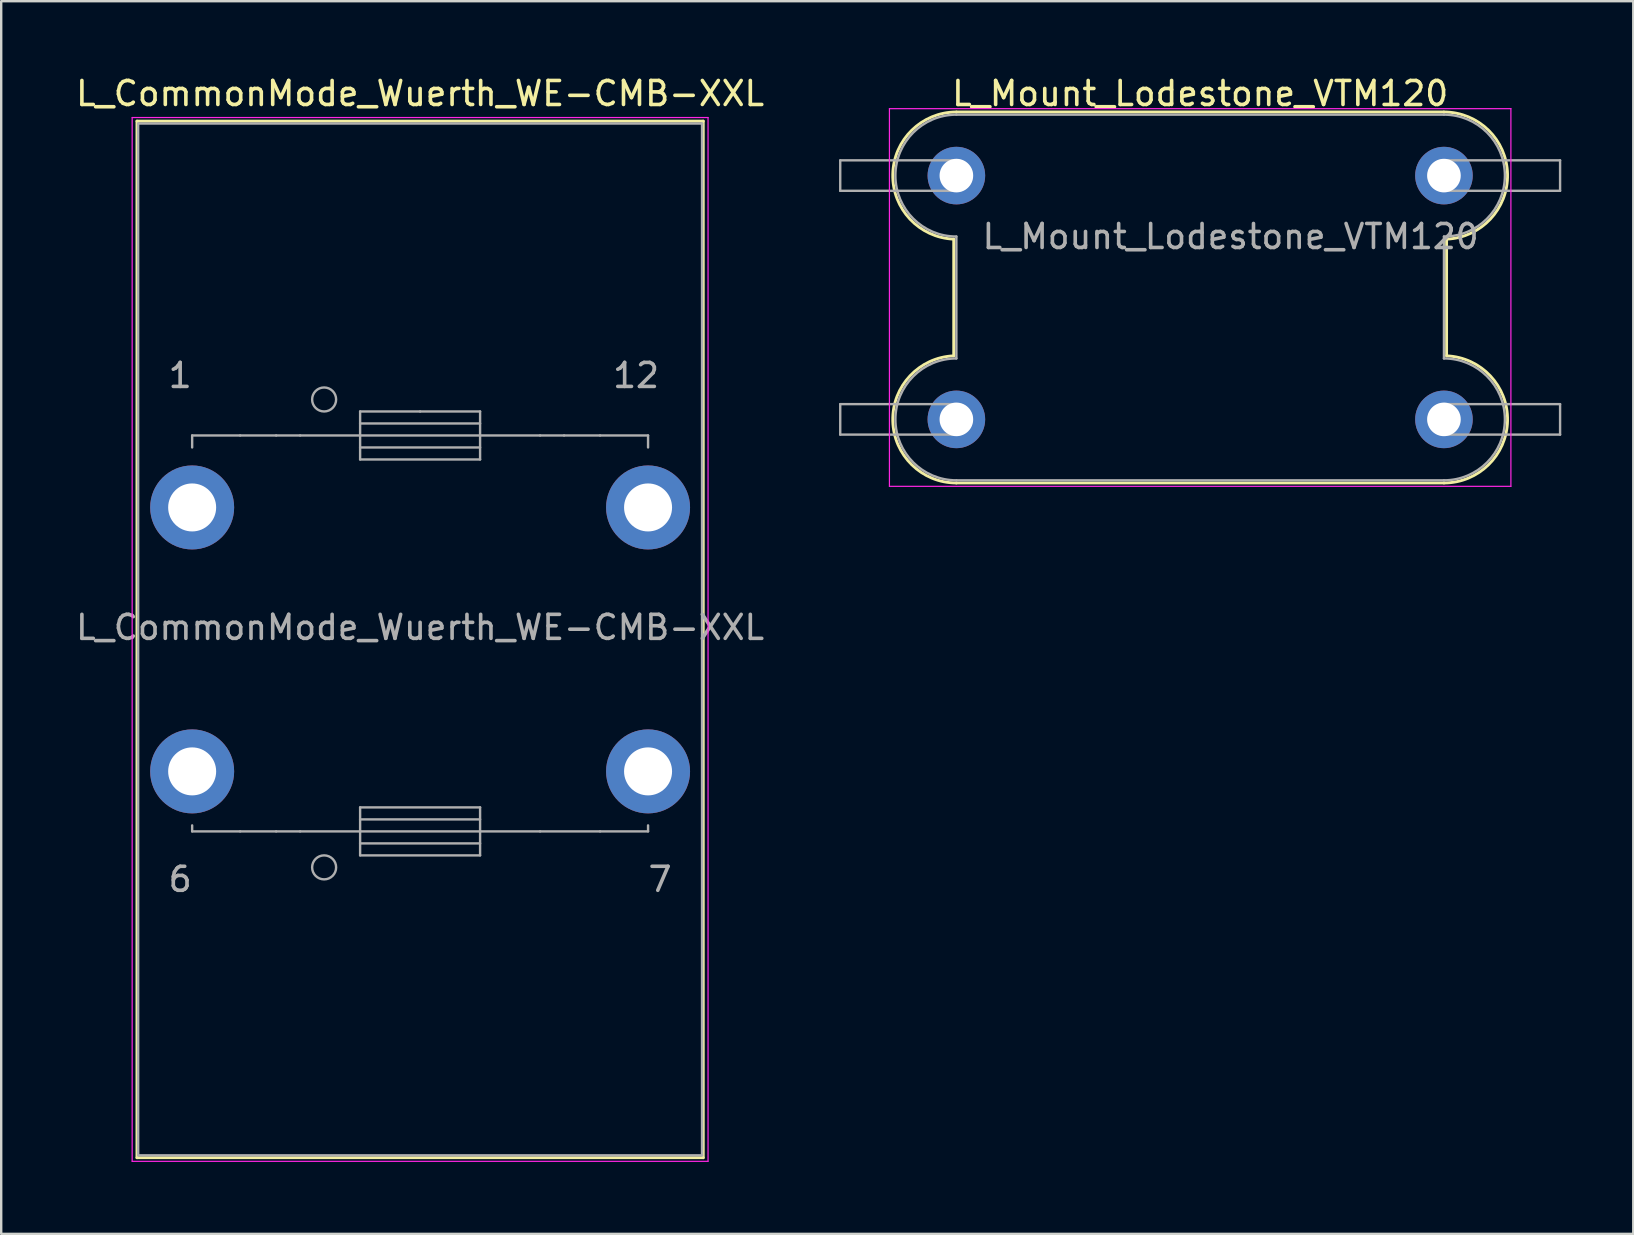
<source format=kicad_pcb>
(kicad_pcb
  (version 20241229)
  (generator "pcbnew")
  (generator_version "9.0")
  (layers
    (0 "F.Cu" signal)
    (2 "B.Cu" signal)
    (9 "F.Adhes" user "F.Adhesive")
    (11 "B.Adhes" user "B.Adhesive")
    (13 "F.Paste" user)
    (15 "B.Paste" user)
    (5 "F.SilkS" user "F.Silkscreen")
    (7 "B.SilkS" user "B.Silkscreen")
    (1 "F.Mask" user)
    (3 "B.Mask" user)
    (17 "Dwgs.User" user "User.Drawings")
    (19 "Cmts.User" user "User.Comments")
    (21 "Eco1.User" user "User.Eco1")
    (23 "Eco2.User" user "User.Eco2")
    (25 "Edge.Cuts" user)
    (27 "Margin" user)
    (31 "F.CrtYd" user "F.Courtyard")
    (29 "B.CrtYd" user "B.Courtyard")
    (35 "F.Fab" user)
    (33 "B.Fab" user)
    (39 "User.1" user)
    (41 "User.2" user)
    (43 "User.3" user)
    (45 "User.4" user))
  (footprint "L_Mount_Lodestone_VTM120"
    (layer "F.Cu")
    (at 36.807 14.428)
    (property "Reference" "L_Mount_Lodestone_VTM120" (at 10.16 -13.58 0) (layer "F.SilkS") (effects (font (size 1 1) (thickness 0.15))))
    (attr through_hole)
    (fp_line (start -0.11 -2.65) (end -0.11 -7.51) (stroke (width 0.12) (type solid)) (layer "F.SilkS"))
    (fp_line (start 0 -12.81) (end 20.32 -12.81) (stroke (width 0.12) (type solid)) (layer "F.SilkS"))
    (fp_line (start 0 2.65) (end 20.32 2.65) (stroke (width 0.12) (type solid)) (layer "F.SilkS"))
    (fp_line (start 20.43 -2.65) (end 20.43 -7.51) (stroke (width 0.12) (type solid)) (layer "F.SilkS"))
    (fp_arc (start -0.11097 -7.512325) (mid -2.649418 -10.215497) (end 0 -12.81) (stroke (width 0.12) (type solid)) (layer "F.SilkS"))
    (fp_arc (start 0 2.65) (mid -2.649419 0.055497) (end -0.11097 -2.647675) (stroke (width 0.12) (type solid)) (layer "F.SilkS"))
    (fp_arc (start 20.32 -12.81) (mid 22.969419 -10.215497) (end 20.43097 -7.512325) (stroke (width 0.12) (type solid)) (layer "F.SilkS"))
    (fp_arc (start 20.43097 -2.647675) (mid 22.969418 0.055497) (end 20.32 2.65) (stroke (width 0.12) (type solid)) (layer "F.SilkS"))
    (fp_line (start -2.79 -12.95) (end 23.11 -12.95) (stroke (width 0.05) (type solid)) (layer "F.CrtYd"))
    (fp_line (start -2.79 2.79) (end -2.79 -12.95) (stroke (width 0.05) (type solid)) (layer "F.CrtYd"))
    (fp_line (start -2.79 2.79) (end 23.11 2.79) (stroke (width 0.05) (type solid)) (layer "F.CrtYd"))
    (fp_line (start 23.11 2.79) (end 23.11 -12.95) (stroke (width 0.05) (type solid)) (layer "F.CrtYd"))
    (fp_line (start -4.84 -10.795) (end 0 -10.795) (stroke (width 0.1) (type solid)) (layer "F.Fab"))
    (fp_line (start -4.84 -9.525) (end -4.84 -10.795) (stroke (width 0.1) (type solid)) (layer "F.Fab"))
    (fp_line (start -4.84 -0.635) (end 0 -0.635) (stroke (width 0.1) (type solid)) (layer "F.Fab"))
    (fp_line (start -4.84 0.635) (end -4.84 -0.635) (stroke (width 0.1) (type solid)) (layer "F.Fab"))
    (fp_line (start 0 -12.7) (end 20.32 -12.7) (stroke (width 0.1) (type solid)) (layer "F.Fab"))
    (fp_line (start 0 -9.525) (end -4.84 -9.525) (stroke (width 0.1) (type solid)) (layer "F.Fab"))
    (fp_line (start 0 -2.54) (end 0 -7.62) (stroke (width 0.1) (type solid)) (layer "F.Fab"))
    (fp_line (start 0 0.635) (end -4.84 0.635) (stroke (width 0.1) (type solid)) (layer "F.Fab"))
    (fp_line (start 0 2.54) (end 20.32 2.54) (stroke (width 0.1) (type solid)) (layer "F.Fab"))
    (fp_line (start 20.32 -10.795) (end 25.16 -10.795) (stroke (width 0.1) (type solid)) (layer "F.Fab"))
    (fp_line (start 20.32 -2.54) (end 20.32 -7.62) (stroke (width 0.1) (type solid)) (layer "F.Fab"))
    (fp_line (start 20.32 -0.635) (end 25.16 -0.635) (stroke (width 0.1) (type solid)) (layer "F.Fab"))
    (fp_line (start 25.16 -10.795) (end 25.16 -9.525) (stroke (width 0.1) (type solid)) (layer "F.Fab"))
    (fp_line (start 25.16 -9.525) (end 20.32 -9.525) (stroke (width 0.1) (type solid)) (layer "F.Fab"))
    (fp_line (start 25.16 -0.635) (end 25.16 0.635) (stroke (width 0.1) (type solid)) (layer "F.Fab"))
    (fp_line (start 25.16 0.635) (end 20.32 0.635) (stroke (width 0.1) (type solid)) (layer "F.Fab"))
    (fp_arc (start 0 -10.795) (mid 0.635 -10.16) (end 0 -9.525) (stroke (width 0.1) (type solid)) (layer "F.Fab"))
    (fp_arc (start 0 -7.62) (mid -2.54 -10.16) (end 0 -12.7) (stroke (width 0.1) (type solid)) (layer "F.Fab"))
    (fp_arc (start 0 -0.635) (mid 0.635 0) (end 0 0.635) (stroke (width 0.1) (type solid)) (layer "F.Fab"))
    (fp_arc (start 0 2.54) (mid -2.54 0) (end 0 -2.54) (stroke (width 0.1) (type solid)) (layer "F.Fab"))
    (fp_arc (start 20.32 -12.7) (mid 22.86 -10.16) (end 20.32 -7.62) (stroke (width 0.1) (type solid)) (layer "F.Fab"))
    (fp_arc (start 20.32 -9.525) (mid 19.685 -10.16) (end 20.32 -10.795) (stroke (width 0.1) (type solid)) (layer "F.Fab"))
    (fp_arc (start 20.32 -2.54) (mid 22.86 0) (end 20.32 2.54) (stroke (width 0.1) (type solid)) (layer "F.Fab"))
    (fp_arc (start 20.32 0.635) (mid 19.685 0) (end 20.32 -0.635) (stroke (width 0.1) (type solid)) (layer "F.Fab"))
    (fp_text user "${REFERENCE}" (at 11.43 -7.62 0) (layer "F.Fab") (effects (font (size 1 1) (thickness 0.15))))
    (pad "1" thru_hole circle (at 0 0) (size 2.4 2.4) (drill 1.4) (layers "*.Cu" "*.Mask"))
    (pad "2" thru_hole circle (at 20.32 -10.16) (size 2.4 2.4) (drill 1.4) (layers "*.Cu" "*.Mask"))
    (pad "3" thru_hole circle (at 0 -10.16) (size 2.4 2.4) (drill 1.4) (layers "*.Cu" "*.Mask"))
    (pad "4" thru_hole circle (at 20.32 0) (size 2.4 2.4) (drill 1.4) (layers "*.Cu" "*.Mask")))
  (footprint "L_CommonMode_Wuerth_WE-CMB-XXL"
    (layer "F.Cu")
    (at 4.958 18.098)
    (property "Reference" "L_CommonMode_Wuerth_WE-CMB-XXL" (at 9.5 -17.25 0) (layer "F.SilkS") (effects (font (size 1 1) (thickness 0.15))))
    (attr through_hole)
    (fp_line (start -2.3 -16.1) (end 21.3 -16.1) (stroke (width 0.12) (type solid)) (layer "F.SilkS"))
    (fp_line (start -2.3 27.1) (end -2.3 -16.1) (stroke (width 0.12) (type solid)) (layer "F.SilkS"))
    (fp_line (start 21.3 -16.1) (end 21.3 27.1) (stroke (width 0.12) (type solid)) (layer "F.SilkS"))
    (fp_line (start 21.3 27.1) (end -2.3 27.1) (stroke (width 0.12) (type solid)) (layer "F.SilkS"))
    (fp_line (start -2.5 -16.25) (end 21.5 -16.25) (stroke (width 0.05) (type solid)) (layer "F.CrtYd"))
    (fp_line (start -2.5 27.25) (end -2.5 -16.25) (stroke (width 0.05) (type solid)) (layer "F.CrtYd"))
    (fp_line (start 21.5 -16.25) (end 21.5 27.25) (stroke (width 0.05) (type solid)) (layer "F.CrtYd"))
    (fp_line (start 21.5 27.25) (end -2.5 27.25) (stroke (width 0.05) (type solid)) (layer "F.CrtYd"))
    (fp_line (start -2.25 -16) (end -2.25 27) (stroke (width 0.1) (type solid)) (layer "F.Fab"))
    (fp_line (start -2.25 27) (end 21.25 27) (stroke (width 0.1) (type solid)) (layer "F.Fab"))
    (fp_line (start 0 -3) (end 0 -2.5) (stroke (width 0.1) (type solid)) (layer "F.Fab"))
    (fp_line (start 0 13.5) (end 0 13.25) (stroke (width 0.1) (type solid)) (layer "F.Fab"))
    (fp_line (start 2 -3) (end 0 -3) (stroke (width 0.1) (type solid)) (layer "F.Fab"))
    (fp_line (start 2 13.5) (end 0 13.5) (stroke (width 0.1) (type solid)) (layer "F.Fab"))
    (fp_line (start 3.5 -3) (end 2 -3) (stroke (width 0.1) (type solid)) (layer "F.Fab"))
    (fp_line (start 3.5 13.5) (end 2 13.5) (stroke (width 0.1) (type solid)) (layer "F.Fab"))
    (fp_line (start 4.5 -3) (end 3.5 -3) (stroke (width 0.1) (type solid)) (layer "F.Fab"))
    (fp_line (start 4.5 13.5) (end 3.5 13.5) (stroke (width 0.1) (type solid)) (layer "F.Fab"))
    (fp_line (start 4.5 13.5) (end 7 13.5) (stroke (width 0.1) (type solid)) (layer "F.Fab"))
    (fp_line (start 7 -4) (end 9.5 -4) (stroke (width 0.1) (type solid)) (layer "F.Fab"))
    (fp_line (start 7 -3) (end 4.5 -3) (stroke (width 0.1) (type solid)) (layer "F.Fab"))
    (fp_line (start 7 -3) (end 12 -3) (stroke (width 0.1) (type solid)) (layer "F.Fab"))
    (fp_line (start 7 -2.5) (end 12 -2.5) (stroke (width 0.1) (type solid)) (layer "F.Fab"))
    (fp_line (start 7 -2) (end 7 -4) (stroke (width 0.1) (type solid)) (layer "F.Fab"))
    (fp_line (start 7 12.5) (end 12 12.5) (stroke (width 0.1) (type solid)) (layer "F.Fab"))
    (fp_line (start 7 14) (end 12 14) (stroke (width 0.1) (type solid)) (layer "F.Fab"))
    (fp_line (start 7 14.5) (end 7 12.5) (stroke (width 0.1) (type solid)) (layer "F.Fab"))
    (fp_line (start 9.5 -4) (end 12 -4) (stroke (width 0.1) (type solid)) (layer "F.Fab"))
    (fp_line (start 12 -4) (end 12 -2) (stroke (width 0.1) (type solid)) (layer "F.Fab"))
    (fp_line (start 12 -3.5) (end 7 -3.5) (stroke (width 0.1) (type solid)) (layer "F.Fab"))
    (fp_line (start 12 -3) (end 14.5 -3) (stroke (width 0.1) (type solid)) (layer "F.Fab"))
    (fp_line (start 12 -2) (end 7 -2) (stroke (width 0.1) (type solid)) (layer "F.Fab"))
    (fp_line (start 12 12.5) (end 12 14.5) (stroke (width 0.1) (type solid)) (layer "F.Fab"))
    (fp_line (start 12 13) (end 7 13) (stroke (width 0.1) (type solid)) (layer "F.Fab"))
    (fp_line (start 12 13.5) (end 7 13.5) (stroke (width 0.1) (type solid)) (layer "F.Fab"))
    (fp_line (start 12 14.5) (end 7 14.5) (stroke (width 0.1) (type solid)) (layer "F.Fab"))
    (fp_line (start 14.5 -3) (end 15.5 -3) (stroke (width 0.1) (type solid)) (layer "F.Fab"))
    (fp_line (start 14.5 13.5) (end 12 13.5) (stroke (width 0.1) (type solid)) (layer "F.Fab"))
    (fp_line (start 14.5 13.5) (end 17 13.5) (stroke (width 0.1) (type solid)) (layer "F.Fab"))
    (fp_line (start 15.5 -3) (end 17 -3) (stroke (width 0.1) (type solid)) (layer "F.Fab"))
    (fp_line (start 17 -3) (end 19 -3) (stroke (width 0.1) (type solid)) (layer "F.Fab"))
    (fp_line (start 17 13.5) (end 19 13.5) (stroke (width 0.1) (type solid)) (layer "F.Fab"))
    (fp_line (start 19 -3) (end 19 -2.5) (stroke (width 0.1) (type solid)) (layer "F.Fab"))
    (fp_line (start 19 13.5) (end 19 13.25) (stroke (width 0.1) (type solid)) (layer "F.Fab"))
    (fp_line (start 21.25 -16) (end -2.25 -16) (stroke (width 0.1) (type solid)) (layer "F.Fab"))
    (fp_line (start 21.25 27) (end 21.25 -16) (stroke (width 0.1) (type solid)) (layer "F.Fab"))
    (fp_circle (center 5.5 -4.5) (end 6 -4.5) (stroke (width 0.1) (type solid)) (fill no) (layer "F.Fab"))
    (fp_circle (center 5.5 15) (end 6 15) (stroke (width 0.1) (type solid)) (fill no) (layer "F.Fab"))
    (fp_text user "${REFERENCE}" (at 9.5 5 0) (layer "F.Fab") (effects (font (size 1 1) (thickness 0.15))))
    (fp_text user "12" (at 18.5 -5.5 0) (layer "F.Fab") (effects (font (size 1 1) (thickness 0.15))))
    (fp_text user "7" (at 19.5 15.5 0) (layer "F.Fab") (effects (font (size 1 1) (thickness 0.15))))
    (fp_text user "1" (at -0.5 -5.5 0) (layer "F.Fab") (effects (font (size 1 1) (thickness 0.15))))
    (fp_text user "6" (at -0.5 15.5 0) (layer "F.Fab") (effects (font (size 1 1) (thickness 0.15))))
    (pad "1" thru_hole circle (at 0 0) (size 3.5 3.5) (drill 2) (layers "*.Cu" "*.Mask"))
    (pad "6" thru_hole circle (at 0 11) (size 3.5 3.5) (drill 2) (layers "*.Cu" "*.Mask"))
    (pad "7" thru_hole circle (at 19 11) (size 3.5 3.5) (drill 2) (layers "*.Cu" "*.Mask"))
    (pad "12" thru_hole circle (at 19 0) (size 3.5 3.5) (drill 2) (layers "*.Cu" "*.Mask")))
  (gr_rect
    (start -3 -3)
    (end 65.017 48.373)
    (stroke (width 0.1) (type default))
    (fill no)
    (layer "Edge.Cuts")))
</source>
